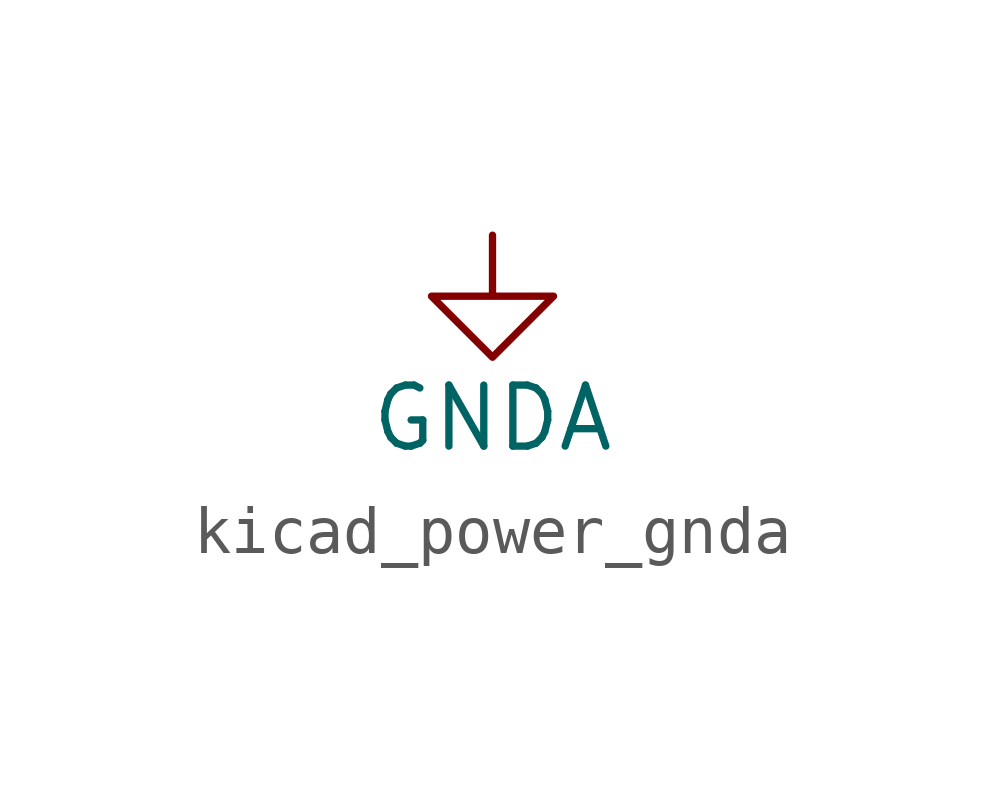
<source format=kicad_sym>
(kicad_symbol_lib
  (version 20220914)
  (generator kicad_symbol_editor)
  (symbol "kicad_power_gnda"
    (power)
    (pin_names
      (offset 0))
    (property "Reference" "#PWR"
      (at 0 -6.35 0)
      (effects (font (size 1.27 1.27)) hide))
    (property "Value" "GNDA"
      (at 0 -3.81 0)
      (effects (font (size 1.27 1.27))))
    (symbol "kicad_power_gnda_0_1"
      (polyline (pts (xy 0 0) (xy 0 -1.27) (xy 1.27 -1.27) (xy 0 -2.54) (xy -1.27 -1.27) (xy 0 -1.27)) (stroke (width 0) (type default)) (fill (type none))))
    (symbol "kicad_power_gnda_1_1"
      (pin power_in line (at 0 0 270) (length 0) hide (name "GNDA" (effects (font (size 1.27 1.27)))) (number "1" (effects (font (size 1.27 1.27))))))))
</source>
